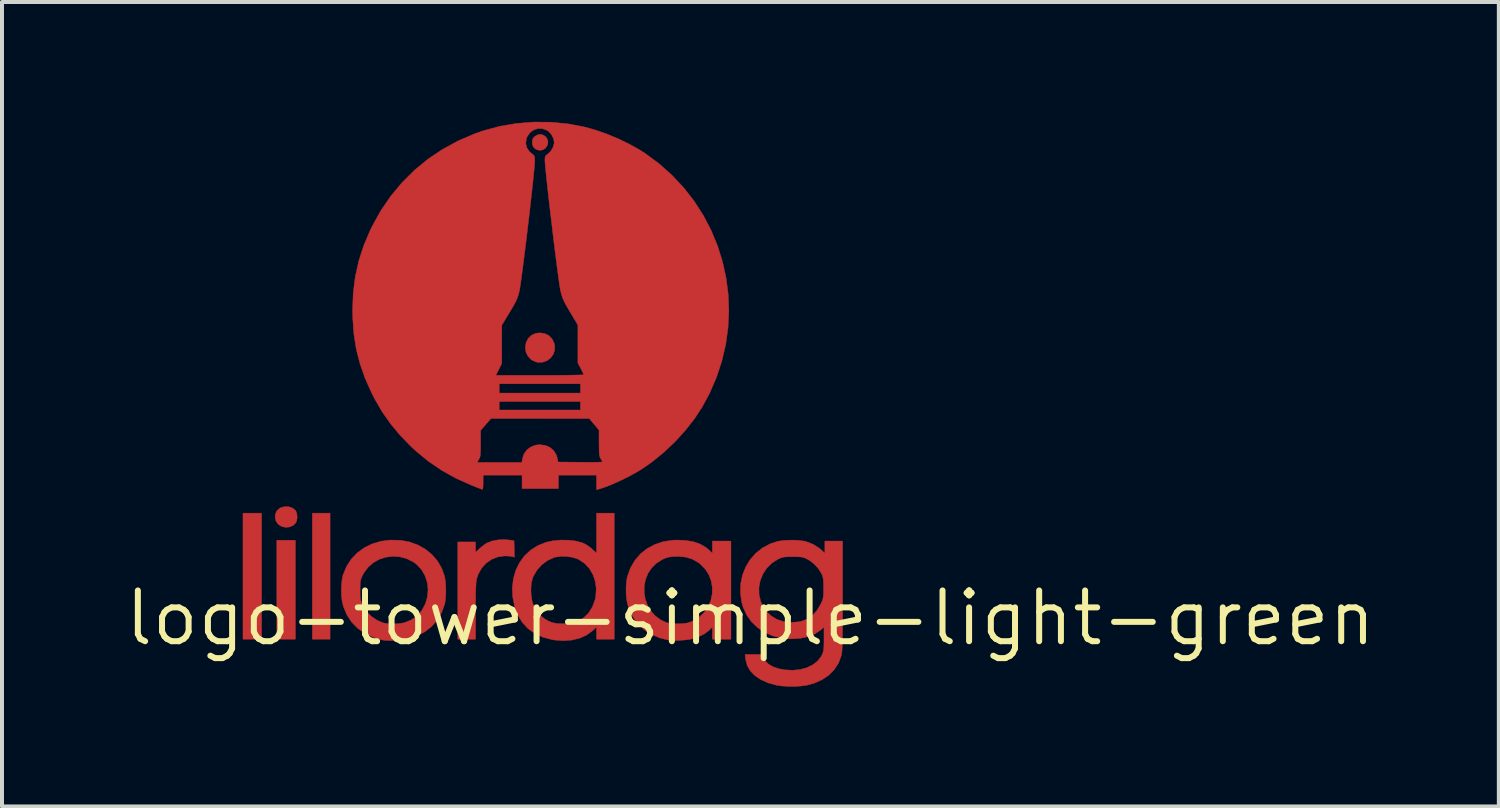
<source format=kicad_pcb>
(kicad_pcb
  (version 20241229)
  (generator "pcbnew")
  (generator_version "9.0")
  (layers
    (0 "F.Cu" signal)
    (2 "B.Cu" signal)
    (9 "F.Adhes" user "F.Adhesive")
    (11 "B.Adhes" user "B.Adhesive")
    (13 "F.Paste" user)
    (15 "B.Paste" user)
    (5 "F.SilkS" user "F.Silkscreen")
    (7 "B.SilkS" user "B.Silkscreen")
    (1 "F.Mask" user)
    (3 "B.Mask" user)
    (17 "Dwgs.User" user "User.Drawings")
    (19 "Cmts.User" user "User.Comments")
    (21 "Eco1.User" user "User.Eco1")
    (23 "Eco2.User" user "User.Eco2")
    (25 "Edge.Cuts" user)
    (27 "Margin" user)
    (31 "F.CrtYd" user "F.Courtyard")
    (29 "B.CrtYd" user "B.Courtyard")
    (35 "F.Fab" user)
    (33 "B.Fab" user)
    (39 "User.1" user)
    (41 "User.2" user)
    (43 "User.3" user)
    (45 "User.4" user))
  (footprint "logo-tower-simple-light-green"
    (layer "F.Cu")
    (at 15.731 12.418)
    (property "Reference" "logo-tower-simple-light-green" (at 0 0 0) (layer "F.SilkS") (effects (font (size 1.27 1.27) (thickness 0.15))))
    (attr through_hole)
    (fp_poly (pts (xy -12.234 0.529) (xy -12.7 0.529) (xy -12.7 -2.625) (xy -12.234 -2.625) (xy -12.234 0.529)) (stroke (width 0.01) (type solid)) (fill yes) (layer "F.Cu"))
    (fp_poly (pts (xy -11.388 0.529) (xy -11.853 0.529) (xy -11.853 -1.947) (xy -11.388 -1.947) (xy -11.388 0.529)) (stroke (width 0.01) (type solid)) (fill yes) (layer "F.Cu"))
    (fp_poly (pts (xy -10.52 0.529) (xy -10.964 0.529) (xy -10.964 -2.625) (xy -10.52 -2.625) (xy -10.52 0.529)) (stroke (width 0.01) (type solid)) (fill yes) (layer "F.Cu"))
    (fp_poly (pts (xy -5.174 -12.083) (xy -5.118 -12.039) (xy -5.08 -11.978) (xy -5.066 -11.906) (xy -5.082 -11.83) (xy -5.132 -11.757) (xy -5.133 -11.756) (xy -5.201 -11.716) (xy -5.283 -11.706) (xy -5.362 -11.729) (xy -5.366 -11.731) (xy -5.425 -11.779) (xy -5.454 -11.844) (xy -5.46 -11.91) (xy -5.454 -11.975) (xy -5.428 -12.022) (xy -5.396 -12.053) (xy -5.319 -12.097) (xy -5.243 -12.105) (xy -5.174 -12.083)) (stroke (width 0.01) (type solid)) (fill yes) (layer "F.Cu"))
    (fp_poly (pts (xy -11.559 -2.786) (xy -11.466 -2.757) (xy -11.393 -2.701) (xy -11.377 -2.68) (xy -11.351 -2.61) (xy -11.343 -2.522) (xy -11.355 -2.437) (xy -11.377 -2.385) (xy -11.444 -2.318) (xy -11.534 -2.279) (xy -11.636 -2.27) (xy -11.738 -2.294) (xy -11.739 -2.295) (xy -11.819 -2.349) (xy -11.872 -2.424) (xy -11.895 -2.511) (xy -11.89 -2.599) (xy -11.855 -2.679) (xy -11.79 -2.743) (xy -11.761 -2.759) (xy -11.662 -2.788) (xy -11.559 -2.786)) (stroke (width 0.01) (type solid)) (fill yes) (layer "F.Cu"))
    (fp_poly (pts (xy -5.144 -7.119) (xy -5.039 -7.065) (xy -4.959 -6.98) (xy -4.908 -6.869) (xy -4.899 -6.823) (xy -4.899 -6.705) (xy -4.935 -6.598) (xy -5.001 -6.509) (xy -5.089 -6.442) (xy -5.194 -6.404) (xy -5.309 -6.398) (xy -5.378 -6.413) (xy -5.484 -6.465) (xy -5.566 -6.549) (xy -5.617 -6.655) (xy -5.634 -6.774) (xy -5.614 -6.898) (xy -5.56 -7.001) (xy -5.477 -7.079) (xy -5.37 -7.126) (xy -5.27 -7.138) (xy -5.144 -7.119)) (stroke (width 0.01) (type solid)) (fill yes) (layer "F.Cu"))
    (fp_poly (pts (xy -6.062 -1.956) (xy -5.916 -1.937) (xy -5.91 -1.73) (xy -5.904 -1.523) (xy -5.963 -1.539) (xy -6.015 -1.547) (xy -6.092 -1.552) (xy -6.162 -1.553) (xy -6.324 -1.53) (xy -6.475 -1.47) (xy -6.61 -1.377) (xy -6.722 -1.255) (xy -6.808 -1.107) (xy -6.849 -0.99) (xy -6.858 -0.946) (xy -6.865 -0.884) (xy -6.87 -0.8) (xy -6.874 -0.69) (xy -6.877 -0.551) (xy -6.878 -0.377) (xy -6.879 -0.175) (xy -6.879 0.529) (xy -7.324 0.529) (xy -7.324 -1.905) (xy -6.879 -1.905) (xy -6.879 -1.645) (xy -6.776 -1.741) (xy -6.707 -1.8) (xy -6.634 -1.854) (xy -6.587 -1.882) (xy -6.464 -1.928) (xy -6.318 -1.956) (xy -6.165 -1.964) (xy -6.062 -1.956)) (stroke (width 0.01) (type solid)) (fill yes) (layer "F.Cu"))
    (fp_poly (pts (xy -3.408 0.529) (xy -3.852 0.529) (xy -3.852 0.227) (xy -3.946 0.313) (xy -4.095 0.423) (xy -4.271 0.503) (xy -4.468 0.551) (xy -4.681 0.567) (xy -4.907 0.55) (xy -4.964 0.54) (xy -5.193 0.479) (xy -5.394 0.387) (xy -5.566 0.265) (xy -5.708 0.112) (xy -5.819 -0.069) (xy -5.899 -0.279) (xy -5.947 -0.515) (xy -5.948 -0.521) (xy -5.958 -0.728) (xy -5.493 -0.728) (xy -5.488 -0.58) (xy -5.468 -0.443) (xy -5.442 -0.354) (xy -5.357 -0.189) (xy -5.245 -0.054) (xy -5.156 0.016) (xy -5.055 0.076) (xy -4.955 0.115) (xy -4.844 0.136) (xy -4.71 0.143) (xy -4.646 0.142) (xy -4.536 0.137) (xy -4.455 0.127) (xy -4.389 0.111) (xy -4.323 0.084) (xy -4.318 0.082) (xy -4.168 -0.01) (xy -4.045 -0.133) (xy -3.951 -0.285) (xy -3.888 -0.462) (xy -3.871 -0.545) (xy -3.859 -0.736) (xy -3.883 -0.919) (xy -3.941 -1.088) (xy -4.03 -1.239) (xy -4.148 -1.366) (xy -4.292 -1.463) (xy -4.314 -1.474) (xy -4.441 -1.517) (xy -4.588 -1.541) (xy -4.74 -1.544) (xy -4.879 -1.525) (xy -4.916 -1.515) (xy -5.076 -1.442) (xy -5.22 -1.335) (xy -5.341 -1.202) (xy -5.431 -1.048) (xy -5.455 -0.988) (xy -5.482 -0.869) (xy -5.493 -0.728) (xy -5.958 -0.728) (xy -5.959 -0.759) (xy -5.933 -0.984) (xy -5.873 -1.194) (xy -5.78 -1.385) (xy -5.656 -1.555) (xy -5.503 -1.698) (xy -5.325 -1.812) (xy -5.122 -1.894) (xy -4.947 -1.933) (xy -4.755 -1.951) (xy -4.561 -1.95) (xy -4.376 -1.928) (xy -4.215 -1.887) (xy -4.202 -1.882) (xy -4.108 -1.835) (xy -4.01 -1.767) (xy -3.969 -1.732) (xy -3.852 -1.626) (xy -3.852 -2.625) (xy -3.408 -2.625) (xy -3.408 0.529)) (stroke (width 0.01) (type solid)) (fill yes) (layer "F.Cu"))
    (fp_poly (pts (xy -1.616 -1.942) (xy -1.422 -1.909) (xy -1.257 -1.851) (xy -1.116 -1.769) (xy -1.049 -1.714) (xy -0.953 -1.624) (xy -0.953 -1.926) (xy -0.487 -1.926) (xy -0.487 0.529) (xy -0.953 0.529) (xy -0.953 0.228) (xy -1.032 0.305) (xy -1.15 0.396) (xy -1.302 0.47) (xy -1.45 0.519) (xy -1.537 0.536) (xy -1.647 0.549) (xy -1.767 0.559) (xy -1.882 0.564) (xy -1.977 0.562) (xy -2.021 0.558) (xy -2.261 0.501) (xy -2.474 0.411) (xy -2.661 0.29) (xy -2.819 0.14) (xy -2.947 -0.04) (xy -3.043 -0.246) (xy -3.072 -0.334) (xy -3.099 -0.469) (xy -3.112 -0.626) (xy -3.112 -0.637) (xy -2.658 -0.637) (xy -2.632 -0.476) (xy -2.577 -0.322) (xy -2.494 -0.18) (xy -2.384 -0.056) (xy -2.246 0.046) (xy -2.106 0.111) (xy -2.037 0.131) (xy -1.959 0.141) (xy -1.858 0.144) (xy -1.789 0.143) (xy -1.683 0.138) (xy -1.606 0.129) (xy -1.541 0.113) (xy -1.474 0.087) (xy -1.435 0.07) (xy -1.28 -0.024) (xy -1.154 -0.144) (xy -1.058 -0.284) (xy -0.992 -0.438) (xy -0.957 -0.601) (xy -0.954 -0.767) (xy -0.982 -0.932) (xy -1.043 -1.089) (xy -1.137 -1.233) (xy -1.264 -1.359) (xy -1.302 -1.388) (xy -1.453 -1.474) (xy -1.617 -1.525) (xy -1.8 -1.543) (xy -1.872 -1.541) (xy -1.976 -1.535) (xy -2.053 -1.523) (xy -2.121 -1.503) (xy -2.196 -1.47) (xy -2.207 -1.464) (xy -2.357 -1.369) (xy -2.476 -1.25) (xy -2.566 -1.112) (xy -2.626 -0.961) (xy -2.657 -0.801) (xy -2.658 -0.637) (xy -3.112 -0.637) (xy -3.112 -0.791) (xy -3.098 -0.945) (xy -3.079 -1.039) (xy -3.004 -1.251) (xy -2.895 -1.439) (xy -2.756 -1.602) (xy -2.589 -1.736) (xy -2.398 -1.839) (xy -2.185 -1.911) (xy -1.953 -1.947) (xy -1.841 -1.952) (xy -1.616 -1.942)) (stroke (width 0.01) (type solid)) (fill yes) (layer "F.Cu"))
    (fp_poly (pts (xy -8.761 -1.946) (xy -8.758 -1.946) (xy -8.533 -1.905) (xy -8.324 -1.829) (xy -8.135 -1.723) (xy -7.969 -1.588) (xy -7.832 -1.428) (xy -7.726 -1.247) (xy -7.655 -1.047) (xy -7.653 -1.035) (xy -7.633 -0.917) (xy -7.623 -0.776) (xy -7.622 -0.628) (xy -7.63 -0.487) (xy -7.647 -0.369) (xy -7.652 -0.348) (xy -7.726 -0.14) (xy -7.836 0.047) (xy -7.978 0.21) (xy -8.151 0.346) (xy -8.352 0.454) (xy -8.498 0.508) (xy -8.603 0.532) (xy -8.732 0.55) (xy -8.872 0.561) (xy -9.009 0.565) (xy -9.13 0.56) (xy -9.206 0.55) (xy -9.442 0.481) (xy -9.652 0.382) (xy -9.832 0.254) (xy -9.983 0.099) (xy -10.101 -0.082) (xy -10.185 -0.286) (xy -10.215 -0.402) (xy -10.233 -0.526) (xy -10.239 -0.669) (xy -10.238 -0.699) (xy -9.768 -0.699) (xy -9.768 -0.59) (xy -9.764 -0.511) (xy -9.755 -0.451) (xy -9.739 -0.398) (xy -9.715 -0.339) (xy -9.708 -0.323) (xy -9.616 -0.174) (xy -9.493 -0.046) (xy -9.344 0.056) (xy -9.197 0.119) (xy -9.105 0.137) (xy -8.988 0.145) (xy -8.862 0.144) (xy -8.743 0.133) (xy -8.656 0.115) (xy -8.484 0.044) (xy -8.339 -0.06) (xy -8.222 -0.193) (xy -8.136 -0.353) (xy -8.085 -0.525) (xy -8.068 -0.71) (xy -8.088 -0.889) (xy -8.142 -1.057) (xy -8.229 -1.208) (xy -8.345 -1.335) (xy -8.428 -1.398) (xy -8.594 -1.483) (xy -8.769 -1.531) (xy -8.946 -1.544) (xy -9.121 -1.524) (xy -9.286 -1.471) (xy -9.437 -1.387) (xy -9.568 -1.273) (xy -9.673 -1.132) (xy -9.7 -1.083) (xy -9.73 -1.019) (xy -9.749 -0.967) (xy -9.761 -0.914) (xy -9.766 -0.849) (xy -9.768 -0.758) (xy -9.768 -0.699) (xy -10.238 -0.699) (xy -10.235 -0.818) (xy -10.221 -0.957) (xy -10.198 -1.071) (xy -10.194 -1.083) (xy -10.107 -1.292) (xy -9.988 -1.476) (xy -9.839 -1.632) (xy -9.664 -1.76) (xy -9.466 -1.857) (xy -9.248 -1.922) (xy -9.012 -1.952) (xy -8.761 -1.946)) (stroke (width 0.01) (type solid)) (fill yes) (layer "F.Cu"))
    (fp_poly (pts (xy 1.205 -1.943) (xy 1.33 -1.928) (xy 1.386 -1.916) (xy 1.57 -1.846) (xy 1.73 -1.744) (xy 1.783 -1.697) (xy 1.863 -1.621) (xy 1.863 -1.926) (xy 2.307 -1.926) (xy 2.307 -0.555) (xy 2.307 -0.273) (xy 2.307 -0.029) (xy 2.306 0.178) (xy 2.305 0.352) (xy 2.303 0.497) (xy 2.301 0.616) (xy 2.298 0.711) (xy 2.294 0.787) (xy 2.29 0.846) (xy 2.285 0.891) (xy 2.278 0.926) (xy 2.275 0.941) (xy 2.206 1.125) (xy 2.101 1.287) (xy 1.964 1.427) (xy 1.796 1.542) (xy 1.601 1.629) (xy 1.414 1.681) (xy 1.275 1.701) (xy 1.113 1.711) (xy 0.944 1.71) (xy 0.783 1.7) (xy 0.649 1.68) (xy 0.439 1.621) (xy 0.259 1.54) (xy 0.111 1.44) (xy -0.003 1.322) (xy -0.08 1.188) (xy -0.119 1.04) (xy -0.121 1.028) (xy -0.133 0.91) (xy 0.314 0.91) (xy 0.328 0.975) (xy 0.371 1.071) (xy 0.451 1.153) (xy 0.567 1.22) (xy 0.716 1.27) (xy 0.858 1.296) (xy 1.055 1.307) (xy 1.241 1.289) (xy 1.41 1.244) (xy 1.558 1.172) (xy 1.68 1.078) (xy 1.771 0.961) (xy 1.792 0.921) (xy 1.812 0.873) (xy 1.826 0.827) (xy 1.834 0.771) (xy 1.839 0.698) (xy 1.841 0.597) (xy 1.841 0.522) (xy 1.841 0.23) (xy 1.75 0.305) (xy 1.607 0.4) (xy 1.443 0.467) (xy 1.251 0.507) (xy 1.238 0.509) (xy 0.995 0.522) (xy 0.765 0.5) (xy 0.55 0.444) (xy 0.353 0.356) (xy 0.179 0.24) (xy 0.029 0.096) (xy -0.091 -0.072) (xy -0.18 -0.264) (xy -0.222 -0.413) (xy -0.251 -0.644) (xy -0.246 -0.77) (xy 0.214 -0.77) (xy 0.216 -0.594) (xy 0.255 -0.422) (xy 0.293 -0.331) (xy 0.39 -0.179) (xy 0.515 -0.057) (xy 0.662 0.033) (xy 0.83 0.089) (xy 1.015 0.11) (xy 1.212 0.094) (xy 1.27 0.082) (xy 1.42 0.027) (xy 1.553 -0.066) (xy 1.669 -0.195) (xy 1.764 -0.357) (xy 1.793 -0.42) (xy 1.812 -0.472) (xy 1.823 -0.525) (xy 1.829 -0.591) (xy 1.83 -0.681) (xy 1.83 -0.751) (xy 1.829 -0.867) (xy 1.825 -0.95) (xy 1.816 -1.013) (xy 1.801 -1.065) (xy 1.783 -1.106) (xy 1.712 -1.224) (xy 1.612 -1.337) (xy 1.497 -1.431) (xy 1.421 -1.476) (xy 1.365 -1.502) (xy 1.315 -1.519) (xy 1.259 -1.529) (xy 1.187 -1.533) (xy 1.086 -1.535) (xy 1.058 -1.535) (xy 0.95 -1.534) (xy 0.873 -1.53) (xy 0.815 -1.522) (xy 0.764 -1.507) (xy 0.709 -1.483) (xy 0.688 -1.472) (xy 0.536 -1.375) (xy 0.41 -1.25) (xy 0.313 -1.104) (xy 0.247 -0.941) (xy 0.214 -0.77) (xy -0.246 -0.77) (xy -0.242 -0.869) (xy -0.196 -1.083) (xy -0.116 -1.283) (xy -0.005 -1.464) (xy 0.136 -1.623) (xy 0.304 -1.756) (xy 0.498 -1.859) (xy 0.667 -1.916) (xy 0.777 -1.936) (xy 0.913 -1.948) (xy 1.061 -1.95) (xy 1.205 -1.943)) (stroke (width 0.01) (type solid)) (fill yes) (layer "F.Cu"))
    (fp_poly (pts (xy -5.006 -12.411) (xy -4.581 -12.371) (xy -4.17 -12.295) (xy -3.894 -12.219) (xy -3.603 -12.118) (xy -3.311 -11.997) (xy -3.029 -11.861) (xy -2.771 -11.716) (xy -2.646 -11.637) (xy -2.288 -11.373) (xy -1.962 -11.082) (xy -1.667 -10.768) (xy -1.406 -10.432) (xy -1.178 -10.077) (xy -0.984 -9.706) (xy -0.824 -9.32) (xy -0.699 -8.923) (xy -0.61 -8.517) (xy -0.556 -8.104) (xy -0.54 -7.686) (xy -0.56 -7.267) (xy -0.618 -6.849) (xy -0.715 -6.433) (xy -0.85 -6.023) (xy -1.024 -5.621) (xy -1.206 -5.284) (xy -1.399 -4.99) (xy -1.627 -4.699) (xy -1.882 -4.418) (xy -2.158 -4.155) (xy -2.447 -3.919) (xy -2.688 -3.749) (xy -2.841 -3.655) (xy -3.013 -3.56) (xy -3.193 -3.469) (xy -3.374 -3.385) (xy -3.545 -3.312) (xy -3.698 -3.256) (xy -3.799 -3.226) (xy -3.852 -3.213) (xy -3.852 -3.577) (xy -4.805 -3.577) (xy -4.805 -3.239) (xy -5.715 -3.239) (xy -5.715 -3.577) (xy -6.689 -3.577) (xy -6.689 -3.397) (xy -6.69 -3.316) (xy -6.695 -3.254) (xy -6.702 -3.221) (xy -6.705 -3.218) (xy -6.729 -3.226) (xy -6.785 -3.247) (xy -6.864 -3.277) (xy -6.959 -3.315) (xy -6.974 -3.321) (xy -7.366 -3.496) (xy -7.727 -3.697) (xy -8.017 -3.895) (xy -6.841 -3.895) (xy -5.72 -3.895) (xy -5.706 -3.988) (xy -5.668 -4.106) (xy -5.597 -4.205) (xy -5.498 -4.281) (xy -5.38 -4.327) (xy -5.274 -4.339) (xy -5.133 -4.321) (xy -5.014 -4.269) (xy -4.919 -4.186) (xy -4.854 -4.076) (xy -4.827 -3.979) (xy -4.815 -3.905) (xy -4.259 -3.9) (xy -4.111 -3.899) (xy -3.978 -3.899) (xy -3.865 -3.9) (xy -3.778 -3.903) (xy -3.723 -3.906) (xy -3.704 -3.91) (xy -3.715 -3.937) (xy -3.741 -3.982) (xy -3.747 -3.99) (xy -3.763 -4.019) (xy -3.774 -4.053) (xy -3.782 -4.1) (xy -3.786 -4.167) (xy -3.788 -4.263) (xy -3.789 -4.378) (xy -3.789 -4.703) (xy -3.911 -4.848) (xy -4.032 -4.993) (xy -6.492 -4.995) (xy -6.622 -4.846) (xy -6.752 -4.696) (xy -6.752 -4.371) (xy -6.753 -4.244) (xy -6.755 -4.151) (xy -6.759 -4.085) (xy -6.767 -4.038) (xy -6.78 -4.002) (xy -6.797 -3.97) (xy -6.841 -3.895) (xy -8.017 -3.895) (xy -8.063 -3.926) (xy -8.381 -4.188) (xy -8.507 -4.306) (xy -8.775 -4.583) (xy -9.007 -4.863) (xy -9.212 -5.156) (xy -9.366 -5.419) (xy -6.287 -5.419) (xy -6.287 -5.207) (xy -4.255 -5.207) (xy -4.255 -5.419) (xy -6.287 -5.419) (xy -9.366 -5.419) (xy -9.396 -5.471) (xy -9.483 -5.641) (xy -9.582 -5.863) (xy -6.287 -5.863) (xy -6.287 -5.63) (xy -4.255 -5.63) (xy -4.255 -5.863) (xy -6.287 -5.863) (xy -9.582 -5.863) (xy -9.647 -6.008) (xy -9.67 -6.075) (xy -6.372 -6.075) (xy -5.271 -6.075) (xy -5.059 -6.075) (xy -4.861 -6.076) (xy -4.681 -6.077) (xy -4.521 -6.079) (xy -4.387 -6.081) (xy -4.281 -6.084) (xy -4.209 -6.087) (xy -4.173 -6.09) (xy -4.17 -6.091) (xy -4.18 -6.116) (xy -4.205 -6.168) (xy -4.24 -6.235) (xy -4.244 -6.243) (xy -4.318 -6.38) (xy -4.318 -7.332) (xy -4.509 -7.653) (xy -4.581 -7.775) (xy -4.635 -7.871) (xy -4.674 -7.949) (xy -4.703 -8.019) (xy -4.726 -8.091) (xy -4.748 -8.173) (xy -4.753 -8.194) (xy -4.763 -8.249) (xy -4.778 -8.342) (xy -4.796 -8.468) (xy -4.817 -8.623) (xy -4.841 -8.802) (xy -4.866 -9.001) (xy -4.894 -9.216) (xy -4.922 -9.443) (xy -4.95 -9.677) (xy -4.978 -9.913) (xy -5.006 -10.148) (xy -5.033 -10.377) (xy -5.058 -10.595) (xy -5.08 -10.799) (xy -5.1 -10.984) (xy -5.117 -11.146) (xy -5.13 -11.28) (xy -5.139 -11.381) (xy -5.143 -11.447) (xy -5.143 -11.458) (xy -5.141 -11.525) (xy -5.128 -11.565) (xy -5.097 -11.596) (xy -5.068 -11.616) (xy -4.999 -11.682) (xy -4.944 -11.772) (xy -4.914 -11.87) (xy -4.911 -11.907) (xy -4.928 -11.999) (xy -4.975 -12.093) (xy -5.042 -12.172) (xy -5.091 -12.207) (xy -5.203 -12.248) (xy -5.316 -12.251) (xy -5.421 -12.218) (xy -5.512 -12.154) (xy -5.581 -12.06) (xy -5.609 -11.99) (xy -5.622 -11.877) (xy -5.595 -11.77) (xy -5.531 -11.674) (xy -5.455 -11.611) (xy -5.424 -11.587) (xy -5.407 -11.558) (xy -5.399 -11.513) (xy -5.398 -11.438) (xy -5.398 -11.433) (xy -5.4 -11.376) (xy -5.408 -11.281) (xy -5.42 -11.153) (xy -5.436 -10.996) (xy -5.455 -10.815) (xy -5.477 -10.614) (xy -5.501 -10.398) (xy -5.527 -10.17) (xy -5.555 -9.935) (xy -5.583 -9.698) (xy -5.611 -9.463) (xy -5.639 -9.234) (xy -5.667 -9.016) (xy -5.693 -8.813) (xy -5.717 -8.63) (xy -5.738 -8.47) (xy -5.757 -8.338) (xy -5.773 -8.239) (xy -5.784 -8.177) (xy -5.786 -8.17) (xy -5.807 -8.09) (xy -5.831 -8.018) (xy -5.861 -7.946) (xy -5.902 -7.866) (xy -5.958 -7.767) (xy -6.029 -7.649) (xy -6.223 -7.328) (xy -6.223 -6.37) (xy -6.297 -6.222) (xy -6.372 -6.075) (xy -9.67 -6.075) (xy -9.773 -6.371) (xy -9.866 -6.737) (xy -9.925 -7.115) (xy -9.953 -7.513) (xy -9.957 -7.705) (xy -9.941 -8.131) (xy -9.89 -8.538) (xy -9.804 -8.93) (xy -9.68 -9.316) (xy -9.518 -9.7) (xy -9.47 -9.799) (xy -9.252 -10.193) (xy -9.001 -10.56) (xy -8.72 -10.898) (xy -8.41 -11.207) (xy -8.073 -11.484) (xy -7.708 -11.729) (xy -7.319 -11.941) (xy -6.906 -12.119) (xy -6.677 -12.199) (xy -6.277 -12.307) (xy -5.86 -12.378) (xy -5.435 -12.413) (xy -5.006 -12.411)) (stroke (width 0.01) (type solid)) (fill yes) (layer "F.Cu")))
  (gr_rect
    (start -3 -3)
    (end 34.462 17.133)
    (stroke (width 0.1) (type default))
    (fill no)
    (layer "Edge.Cuts")))
</source>
